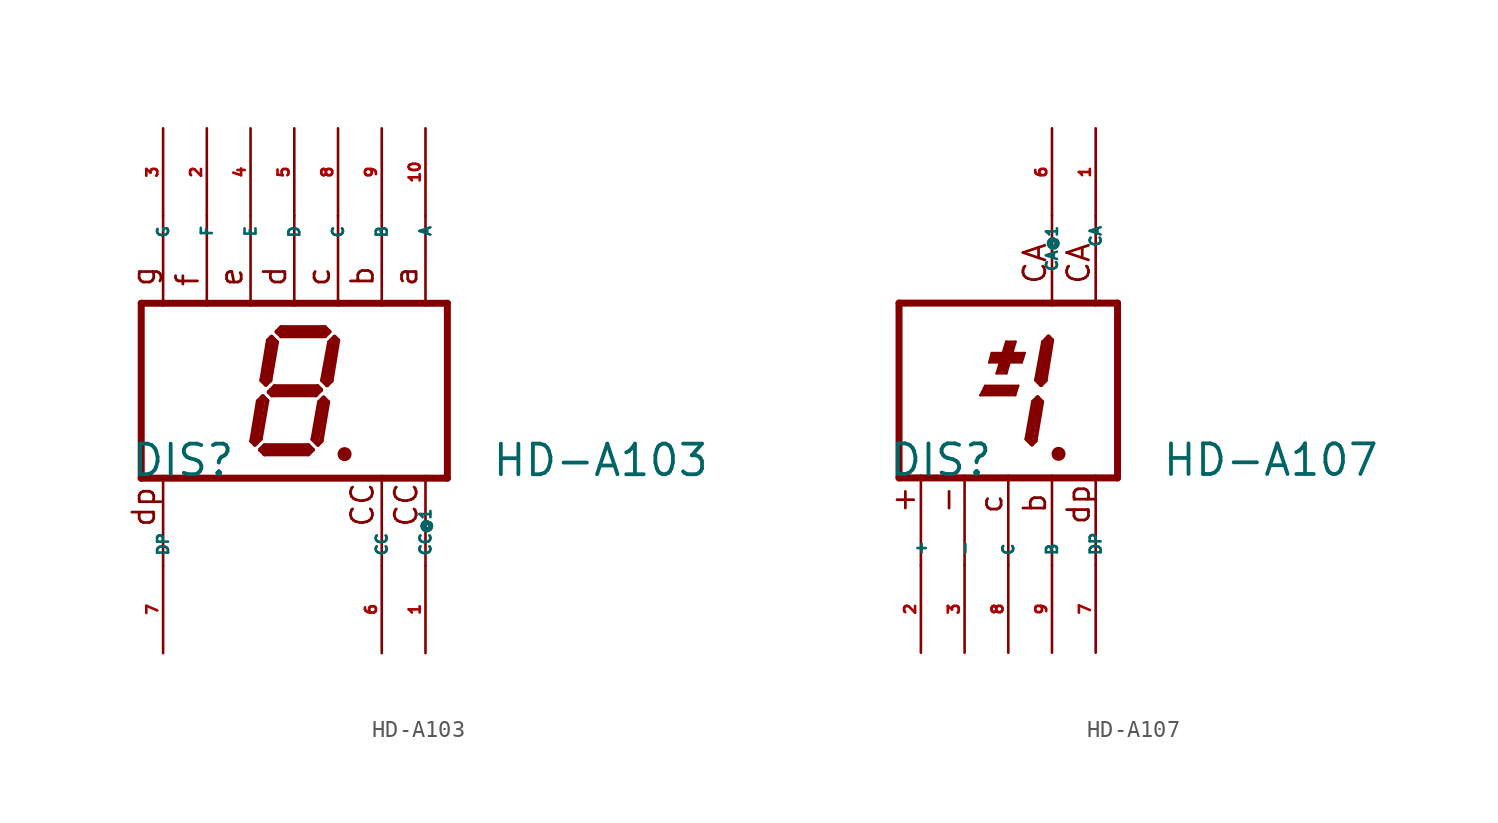
<source format=kicad_sym>
(kicad_symbol_lib
  (version 20220914)
  (generator Eagle2Kicad)
  (symbol "HD-A103"
    (property "Reference" "DIS"
      (at -9.525 -5.08 0)
      (effects (font (size 1.778 1.778) (thickness 0.22)) (justify left bottom)))
    (property "Value" "HD-A103"
      (at 11.43 -5.08 0)
      (effects (font (size 1.778 1.778) (thickness 0.22)) (justify left bottom)))
    (polyline
      (pts (xy 2.794 -3.683) (xy 3.048 -3.683))
      (stroke (width 0.305) (type default))
      (fill (type none)))
    (polyline
      (pts (xy 2.337 3.124) (xy 2.032 2.819))
      (stroke (width 0.254) (type default))
      (fill (type none)))
    (polyline
      (pts (xy 2.032 2.819) (xy 1.626 0.61))
      (stroke (width 0.254) (type default))
      (fill (type none)))
    (polyline
      (pts (xy 1.626 0.61) (xy 1.905 0.33))
      (stroke (width 0.254) (type default))
      (fill (type none)))
    (polyline
      (pts (xy 1.905 0.33) (xy 2.159 0.584))
      (stroke (width 0.254) (type default))
      (fill (type none)))
    (polyline
      (pts (xy 2.159 0.584) (xy 2.54 2.921))
      (stroke (width 0.254) (type default))
      (fill (type none)))
    (polyline
      (pts (xy 2.54 2.921) (xy 2.337 3.124))
      (stroke (width 0.254) (type default))
      (fill (type none)))
    (polyline
      (pts (xy 2.032 3.429) (xy 1.778 3.175))
      (stroke (width 0.254) (type default))
      (fill (type none)))
    (polyline
      (pts (xy 1.778 3.175) (xy -0.762 3.175))
      (stroke (width 0.254) (type default))
      (fill (type none)))
    (polyline
      (pts (xy -0.762 3.175) (xy -1.016 3.429))
      (stroke (width 0.254) (type default))
      (fill (type none)))
    (polyline
      (pts (xy -1.016 3.429) (xy -0.762 3.683))
      (stroke (width 0.254) (type default))
      (fill (type none)))
    (polyline
      (pts (xy -0.762 3.683) (xy 1.778 3.683))
      (stroke (width 0.254) (type default))
      (fill (type none)))
    (polyline
      (pts (xy 1.778 3.683) (xy 2.032 3.429))
      (stroke (width 0.254) (type default))
      (fill (type none)))
    (polyline
      (pts (xy -1.321 3.124) (xy -1.016 2.819))
      (stroke (width 0.254) (type default))
      (fill (type none)))
    (polyline
      (pts (xy -1.016 2.819) (xy -1.397 0.61))
      (stroke (width 0.254) (type default))
      (fill (type none)))
    (polyline
      (pts (xy -1.397 0.61) (xy -1.651 0.356))
      (stroke (width 0.254) (type default))
      (fill (type none)))
    (polyline
      (pts (xy -1.651 0.356) (xy -1.905 0.61))
      (stroke (width 0.254) (type default))
      (fill (type none)))
    (polyline
      (pts (xy -1.905 0.61) (xy -1.524 2.921))
      (stroke (width 0.254) (type default))
      (fill (type none)))
    (polyline
      (pts (xy -1.524 2.921) (xy -1.321 3.124))
      (stroke (width 0.254) (type default))
      (fill (type none)))
    (polyline
      (pts (xy -1.473 -0.076) (xy -1.143 0.254))
      (stroke (width 0.254) (type default))
      (fill (type none)))
    (polyline
      (pts (xy -1.143 0.254) (xy 1.346 0.254))
      (stroke (width 0.254) (type default))
      (fill (type none)))
    (polyline
      (pts (xy 1.346 0.254) (xy 1.549 0.051))
      (stroke (width 0.254) (type default))
      (fill (type none)))
    (polyline
      (pts (xy 1.549 0.051) (xy 1.245 -0.254))
      (stroke (width 0.254) (type default))
      (fill (type none)))
    (polyline
      (pts (xy 1.245 -0.254) (xy -1.295 -0.254))
      (stroke (width 0.254) (type default))
      (fill (type none)))
    (polyline
      (pts (xy -1.295 -0.254) (xy -1.473 -0.076))
      (stroke (width 0.254) (type default))
      (fill (type none)))
    (polyline
      (pts (xy -1.829 -0.33) (xy -1.575 -0.584))
      (stroke (width 0.254) (type default))
      (fill (type none)))
    (polyline
      (pts (xy -2.286 -3.124) (xy -1.956 -2.794))
      (stroke (width 0.254) (type default))
      (fill (type none)))
    (polyline
      (pts (xy -1.956 -2.794) (xy -1.575 -0.584))
      (stroke (width 0.254) (type default))
      (fill (type none)))
    (polyline
      (pts (xy -1.829 -0.33) (xy -2.108 -0.61))
      (stroke (width 0.254) (type default))
      (fill (type none)))
    (polyline
      (pts (xy -2.108 -0.61) (xy -2.489 -2.921))
      (stroke (width 0.254) (type default))
      (fill (type none)))
    (polyline
      (pts (xy -2.489 -2.921) (xy -2.286 -3.124))
      (stroke (width 0.254) (type default))
      (fill (type none)))
    (polyline
      (pts (xy -1.981 -3.429) (xy -1.727 -3.175))
      (stroke (width 0.254) (type default))
      (fill (type none)))
    (polyline
      (pts (xy -1.727 -3.175) (xy 0.813 -3.175))
      (stroke (width 0.254) (type default))
      (fill (type none)))
    (polyline
      (pts (xy 0.813 -3.175) (xy 1.067 -3.429))
      (stroke (width 0.254) (type default))
      (fill (type none)))
    (polyline
      (pts (xy 1.067 -3.429) (xy 0.813 -3.683))
      (stroke (width 0.254) (type default))
      (fill (type none)))
    (polyline
      (pts (xy 0.813 -3.683) (xy -1.727 -3.683))
      (stroke (width 0.254) (type default))
      (fill (type none)))
    (polyline
      (pts (xy -1.727 -3.683) (xy -1.981 -3.429))
      (stroke (width 0.254) (type default))
      (fill (type none)))
    (polyline
      (pts (xy 1.702 -0.406) (xy 1.448 -0.66))
      (stroke (width 0.254) (type default))
      (fill (type none)))
    (polyline
      (pts (xy 1.448 -0.66) (xy 1.067 -2.819))
      (stroke (width 0.254) (type default))
      (fill (type none)))
    (polyline
      (pts (xy 1.067 -2.819) (xy 1.372 -3.124))
      (stroke (width 0.254) (type default))
      (fill (type none)))
    (polyline
      (pts (xy 1.372 -3.124) (xy 1.575 -2.921))
      (stroke (width 0.254) (type default))
      (fill (type none)))
    (polyline
      (pts (xy 1.575 -2.921) (xy 1.956 -0.66))
      (stroke (width 0.254) (type default))
      (fill (type none)))
    (polyline
      (pts (xy 1.956 -0.66) (xy 1.702 -0.406))
      (stroke (width 0.254) (type default))
      (fill (type none)))
    (polyline
      (pts (xy 2.286 2.794) (xy 1.905 0.635))
      (stroke (width 0.406) (type default))
      (fill (type none)))
    (polyline
      (pts (xy 1.778 3.429) (xy -0.762 3.429))
      (stroke (width 0.406) (type default))
      (fill (type none)))
    (polyline
      (pts (xy -1.27 2.794) (xy -1.651 0.635))
      (stroke (width 0.406) (type default))
      (fill (type none)))
    (polyline
      (pts (xy -1.27 0) (xy 1.27 0))
      (stroke (width 0.406) (type default))
      (fill (type none)))
    (polyline
      (pts (xy 1.651 -0.762) (xy 1.27 -2.794))
      (stroke (width 0.406) (type default))
      (fill (type none)))
    (polyline
      (pts (xy 0.762 -3.429) (xy -1.651 -3.429))
      (stroke (width 0.406) (type default))
      (fill (type none)))
    (polyline
      (pts (xy -2.286 -2.921) (xy -1.905 -0.635))
      (stroke (width 0.406) (type default))
      (fill (type none)))
    (polyline
      (pts (xy -8.89 5.08) (xy 8.89 5.08))
      (stroke (width 0.406) (type default))
      (fill (type none)))
    (polyline
      (pts (xy 8.89 -5.08) (xy 8.89 5.08))
      (stroke (width 0.406) (type default))
      (fill (type none)))
    (polyline
      (pts (xy 8.89 -5.08) (xy -8.89 -5.08))
      (stroke (width 0.406) (type default))
      (fill (type none)))
    (polyline
      (pts (xy -8.89 5.08) (xy -8.89 -5.08))
      (stroke (width 0.406) (type default))
      (fill (type none)))
    (polyline
      (pts (xy 5.08 4.953) (xy 5.08 10.16))
      (stroke (width 0.152) (type default))
      (fill (type none)))
    (polyline
      (pts (xy -7.62 4.953) (xy -7.62 10.16))
      (stroke (width 0.152) (type default))
      (fill (type none)))
    (polyline
      (pts (xy 0 4.953) (xy 0 10.16))
      (stroke (width 0.152) (type default))
      (fill (type none)))
    (polyline
      (pts (xy -5.08 4.953) (xy -5.08 10.16))
      (stroke (width 0.152) (type default))
      (fill (type none)))
    (polyline
      (pts (xy 7.62 4.953) (xy 7.62 10.16))
      (stroke (width 0.152) (type default))
      (fill (type none)))
    (polyline
      (pts (xy 7.62 -10.16) (xy 7.62 -4.953))
      (stroke (width 0.152) (type default))
      (fill (type none)))
    (polyline
      (pts (xy -2.54 4.953) (xy -2.54 10.16))
      (stroke (width 0.152) (type default))
      (fill (type none)))
    (polyline
      (pts (xy 2.54 4.953) (xy 2.54 10.16))
      (stroke (width 0.152) (type default))
      (fill (type none)))
    (polyline
      (pts (xy -7.62 -10.16) (xy -7.62 -4.953))
      (stroke (width 0.152) (type default))
      (fill (type none)))
    (polyline
      (pts (xy 5.08 -10.16) (xy 5.08 -4.953))
      (stroke (width 0.152) (type default))
      (fill (type none)))
    (text "CC"
      (at 4.699 -8.001 900)
      (effects (font (size 1.27 1.27) (thickness 0.16)) (justify left bottom)))
    (text "CC"
      (at 7.239 -8.001 900)
      (effects (font (size 1.27 1.27) (thickness 0.16)) (justify left bottom)))
    (text "dp"
      (at -8.001 -8.001 900)
      (effects (font (size 1.27 1.27) (thickness 0.16)) (justify left bottom)))
    (text "a"
      (at 7.239 5.969 900)
      (effects (font (size 1.27 1.27) (thickness 0.16)) (justify left bottom)))
    (text "b"
      (at 4.699 5.969 900)
      (effects (font (size 1.27 1.27) (thickness 0.16)) (justify left bottom)))
    (text "c"
      (at 2.159 5.969 900)
      (effects (font (size 1.27 1.27) (thickness 0.16)) (justify left bottom)))
    (text "d"
      (at -0.381 5.969 900)
      (effects (font (size 1.27 1.27) (thickness 0.16)) (justify left bottom)))
    (text "e"
      (at -2.921 5.969 900)
      (effects (font (size 1.27 1.27) (thickness 0.16)) (justify left bottom)))
    (text "f"
      (at -5.461 5.969 900)
      (effects (font (size 1.27 1.27) (thickness 0.16)) (justify left bottom)))
    (text "g"
      (at -8.001 5.969 900)
      (effects (font (size 1.27 1.27) (thickness 0.16)) (justify left bottom)))
    (circle
      (center 2.921 -3.683)
      (radius 0.254)
      (stroke (width 0.305) (type default))
      (fill (type none)))
    (pin passive line
      (at -7.62 15.24 270)
      (length 5.08)
      (name "G" (effects (font (size 0.635 0.635) (thickness 0.08)) (justify left bottom)))
      (number "3" (effects (font (size 0.635 0.635) (thickness 0.08)) (justify left bottom))))
    (pin passive line
      (at -5.08 15.24 270)
      (length 5.08)
      (name "F" (effects (font (size 0.635 0.635) (thickness 0.08)) (justify left bottom)))
      (number "2" (effects (font (size 0.635 0.635) (thickness 0.08)) (justify left bottom))))
    (pin passive line
      (at 0 15.24 270)
      (length 5.08)
      (name "D" (effects (font (size 0.635 0.635) (thickness 0.08)) (justify left bottom)))
      (number "5" (effects (font (size 0.635 0.635) (thickness 0.08)) (justify left bottom))))
    (pin passive line
      (at 5.08 15.24 270)
      (length 5.08)
      (name "B" (effects (font (size 0.635 0.635) (thickness 0.08)) (justify left bottom)))
      (number "9" (effects (font (size 0.635 0.635) (thickness 0.08)) (justify left bottom))))
    (pin passive line
      (at 7.62 15.24 270)
      (length 5.08)
      (name "A" (effects (font (size 0.635 0.635) (thickness 0.08)) (justify left bottom)))
      (number "10" (effects (font (size 0.635 0.635) (thickness 0.08)) (justify left bottom))))
    (pin passive line
      (at 7.62 -15.24 90)
      (length 5.08)
      (name "CC@1" (effects (font (size 0.635 0.635) (thickness 0.08)) (justify left bottom)))
      (number "1" (effects (font (size 0.635 0.635) (thickness 0.08)) (justify left bottom))))
    (pin passive line
      (at 2.54 15.24 270)
      (length 5.08)
      (name "C" (effects (font (size 0.635 0.635) (thickness 0.08)) (justify left bottom)))
      (number "8" (effects (font (size 0.635 0.635) (thickness 0.08)) (justify left bottom))))
    (pin passive line
      (at -2.54 15.24 270)
      (length 5.08)
      (name "E" (effects (font (size 0.635 0.635) (thickness 0.08)) (justify left bottom)))
      (number "4" (effects (font (size 0.635 0.635) (thickness 0.08)) (justify left bottom))))
    (pin passive line
      (at -7.62 -15.24 90)
      (length 5.08)
      (name "DP" (effects (font (size 0.635 0.635) (thickness 0.08)) (justify left bottom)))
      (number "7" (effects (font (size 0.635 0.635) (thickness 0.08)) (justify left bottom))))
    (pin passive line
      (at 5.08 -15.24 90)
      (length 5.08)
      (name "CC" (effects (font (size 0.635 0.635) (thickness 0.08)) (justify left bottom)))
      (number "6" (effects (font (size 0.635 0.635) (thickness 0.08)) (justify left bottom)))))
  (symbol "HD-A107"
    (property "Reference" "DIS"
      (at -6.985 -5.08 0)
      (effects (font (size 1.778 1.778) (thickness 0.22)) (justify left bottom)))
    (property "Value" "HD-A107"
      (at 8.89 -5.08 0)
      (effects (font (size 1.778 1.778) (thickness 0.22)) (justify left bottom)))
    (polyline
      (pts (xy 0.584 0.279) (xy 0.406 -0.279))
      (stroke (width 0.127) (type default))
      (fill (type none)))
    (polyline
      (pts (xy 0.584 0.279) (xy -1.346 0.279))
      (stroke (width 0.127) (type default))
      (fill (type none)))
    (polyline
      (pts (xy -1.346 0.279) (xy -1.626 -0.279))
      (stroke (width 0.127) (type default))
      (fill (type none)))
    (polyline
      (pts (xy -1.626 -0.279) (xy 0.406 -0.279))
      (stroke (width 0.127) (type default))
      (fill (type none)))
    (polyline
      (pts (xy 0.965 2.184) (xy 0.787 1.626))
      (stroke (width 0.127) (type default))
      (fill (type none)))
    (polyline
      (pts (xy 0.965 2.184) (xy -0.965 2.184))
      (stroke (width 0.127) (type default))
      (fill (type none)))
    (polyline
      (pts (xy -0.965 2.184) (xy -1.118 1.626))
      (stroke (width 0.127) (type default))
      (fill (type none)))
    (polyline
      (pts (xy -1.118 1.626) (xy 0.787 1.626))
      (stroke (width 0.127) (type default))
      (fill (type none)))
    (polyline
      (pts (xy -0.102 0.991) (xy -0.686 0.991))
      (stroke (width 0.127) (type default))
      (fill (type none)))
    (polyline
      (pts (xy -0.102 0.991) (xy 0.432 2.845))
      (stroke (width 0.127) (type default))
      (fill (type none)))
    (polyline
      (pts (xy 0.432 2.845) (xy -0.127 2.845))
      (stroke (width 0.127) (type default))
      (fill (type none)))
    (polyline
      (pts (xy -0.127 2.845) (xy -0.686 0.991))
      (stroke (width 0.127) (type default))
      (fill (type none)))
    (polyline
      (pts (xy -1.321 0.127) (xy 0.406 0.127))
      (stroke (width 0.305) (type default))
      (fill (type none)))
    (polyline
      (pts (xy -0.889 2.032) (xy 0.787 2.032))
      (stroke (width 0.305) (type default))
      (fill (type none)))
    (polyline
      (pts (xy -0.203 1.143) (xy 0.254 2.718))
      (stroke (width 0.305) (type default))
      (fill (type none)))
    (polyline
      (pts (xy 2.794 -3.683) (xy 3.048 -3.683))
      (stroke (width 0.305) (type default))
      (fill (type none)))
    (polyline
      (pts (xy 2.337 3.124) (xy 2.032 2.819))
      (stroke (width 0.254) (type default))
      (fill (type none)))
    (polyline
      (pts (xy 2.032 2.819) (xy 1.626 0.61))
      (stroke (width 0.254) (type default))
      (fill (type none)))
    (polyline
      (pts (xy 1.626 0.61) (xy 1.905 0.33))
      (stroke (width 0.254) (type default))
      (fill (type none)))
    (polyline
      (pts (xy 1.905 0.33) (xy 2.159 0.584))
      (stroke (width 0.254) (type default))
      (fill (type none)))
    (polyline
      (pts (xy 2.159 0.584) (xy 2.54 2.921))
      (stroke (width 0.254) (type default))
      (fill (type none)))
    (polyline
      (pts (xy 2.54 2.921) (xy 2.337 3.124))
      (stroke (width 0.254) (type default))
      (fill (type none)))
    (polyline
      (pts (xy 1.702 -0.406) (xy 1.448 -0.66))
      (stroke (width 0.254) (type default))
      (fill (type none)))
    (polyline
      (pts (xy 1.448 -0.66) (xy 1.067 -2.819))
      (stroke (width 0.254) (type default))
      (fill (type none)))
    (polyline
      (pts (xy 1.067 -2.819) (xy 1.372 -3.124))
      (stroke (width 0.254) (type default))
      (fill (type none)))
    (polyline
      (pts (xy 1.372 -3.124) (xy 1.575 -2.921))
      (stroke (width 0.254) (type default))
      (fill (type none)))
    (polyline
      (pts (xy 1.575 -2.921) (xy 1.956 -0.66))
      (stroke (width 0.254) (type default))
      (fill (type none)))
    (polyline
      (pts (xy 1.956 -0.66) (xy 1.702 -0.406))
      (stroke (width 0.254) (type default))
      (fill (type none)))
    (polyline
      (pts (xy 2.286 2.794) (xy 1.905 0.635))
      (stroke (width 0.406) (type default))
      (fill (type none)))
    (polyline
      (pts (xy 1.651 -0.762) (xy 1.27 -2.794))
      (stroke (width 0.406) (type default))
      (fill (type none)))
    (polyline
      (pts (xy -6.35 5.08) (xy 6.35 5.08))
      (stroke (width 0.406) (type default))
      (fill (type none)))
    (polyline
      (pts (xy 6.35 -5.08) (xy 6.35 5.08))
      (stroke (width 0.406) (type default))
      (fill (type none)))
    (polyline
      (pts (xy 6.35 -5.08) (xy -6.35 -5.08))
      (stroke (width 0.406) (type default))
      (fill (type none)))
    (polyline
      (pts (xy -6.35 5.08) (xy -6.35 -5.08))
      (stroke (width 0.406) (type default))
      (fill (type none)))
    (polyline
      (pts (xy 5.08 -4.953) (xy 5.08 -10.16))
      (stroke (width 0.152) (type default))
      (fill (type none)))
    (polyline
      (pts (xy 2.54 -4.953) (xy 2.54 -10.16))
      (stroke (width 0.152) (type default))
      (fill (type none)))
    (polyline
      (pts (xy -2.54 -4.953) (xy -2.54 -10.16))
      (stroke (width 0.152) (type default))
      (fill (type none)))
    (polyline
      (pts (xy -5.08 -4.953) (xy -5.08 -10.16))
      (stroke (width 0.152) (type default))
      (fill (type none)))
    (polyline
      (pts (xy 5.08 10.16) (xy 5.08 4.953))
      (stroke (width 0.152) (type default))
      (fill (type none)))
    (polyline
      (pts (xy 0 -4.953) (xy 0 -10.16))
      (stroke (width 0.152) (type default))
      (fill (type none)))
    (polyline
      (pts (xy 2.54 10.16) (xy 2.54 4.953))
      (stroke (width 0.152) (type default))
      (fill (type none)))
    (polyline
      (pts (xy -0.965 1.778) (xy 0.711 1.778))
      (stroke (width 0.305) (type default))
      (fill (type none)))
    (polyline
      (pts (xy -0.483 1.118) (xy 0 2.718))
      (stroke (width 0.305) (type default))
      (fill (type none)))
    (polyline
      (pts (xy -1.422 -0.127) (xy 0.356 -0.127))
      (stroke (width 0.305) (type default))
      (fill (type none)))
    (text "CA"
      (at 4.826 6.096 900)
      (effects (font (size 1.27 1.27) (thickness 0.16)) (justify left bottom)))
    (text "CA"
      (at 2.286 6.096 900)
      (effects (font (size 1.27 1.27) (thickness 0.16)) (justify left bottom)))
    (text "+"
      (at -5.334 -7.239 900)
      (effects (font (size 1.27 1.27) (thickness 0.16)) (justify left bottom)))
    (text "-"
      (at -2.794 -7.239 900)
      (effects (font (size 1.27 1.27) (thickness 0.16)) (justify left bottom)))
    (text "c"
      (at -0.254 -7.239 900)
      (effects (font (size 1.27 1.27) (thickness 0.16)) (justify left bottom)))
    (text "b"
      (at 2.286 -7.239 900)
      (effects (font (size 1.27 1.27) (thickness 0.16)) (justify left bottom)))
    (text "dp"
      (at 4.826 -7.874 900)
      (effects (font (size 1.27 1.27) (thickness 0.16)) (justify left bottom)))
    (circle
      (center 2.921 -3.683)
      (radius 0.254)
      (stroke (width 0.305) (type default))
      (fill (type none)))
    (pin passive line
      (at 2.54 -15.24 90)
      (length 5.08)
      (name "B" (effects (font (size 0.635 0.635) (thickness 0.08)) (justify left bottom)))
      (number "9" (effects (font (size 0.635 0.635) (thickness 0.08)) (justify left bottom))))
    (pin passive line
      (at -2.54 -15.24 90)
      (length 5.08)
      (name "-" (effects (font (size 0.635 0.635) (thickness 0.08)) (justify left bottom)))
      (number "3" (effects (font (size 0.635 0.635) (thickness 0.08)) (justify left bottom))))
    (pin passive line
      (at -5.08 -15.24 90)
      (length 5.08)
      (name "+" (effects (font (size 0.635 0.635) (thickness 0.08)) (justify left bottom)))
      (number "2" (effects (font (size 0.635 0.635) (thickness 0.08)) (justify left bottom))))
    (pin passive line
      (at 5.08 15.24 270)
      (length 5.08)
      (name "CA" (effects (font (size 0.635 0.635) (thickness 0.08)) (justify left bottom)))
      (number "1" (effects (font (size 0.635 0.635) (thickness 0.08)) (justify left bottom))))
    (pin passive line
      (at 0 -15.24 90)
      (length 5.08)
      (name "C" (effects (font (size 0.635 0.635) (thickness 0.08)) (justify left bottom)))
      (number "8" (effects (font (size 0.635 0.635) (thickness 0.08)) (justify left bottom))))
    (pin passive line
      (at 5.08 -15.24 90)
      (length 5.08)
      (name "DP" (effects (font (size 0.635 0.635) (thickness 0.08)) (justify left bottom)))
      (number "7" (effects (font (size 0.635 0.635) (thickness 0.08)) (justify left bottom))))
    (pin passive line
      (at 2.54 15.24 270)
      (length 5.08)
      (name "CA@1" (effects (font (size 0.635 0.635) (thickness 0.08)) (justify left bottom)))
      (number "6" (effects (font (size 0.635 0.635) (thickness 0.08)) (justify left bottom))))))
</source>
